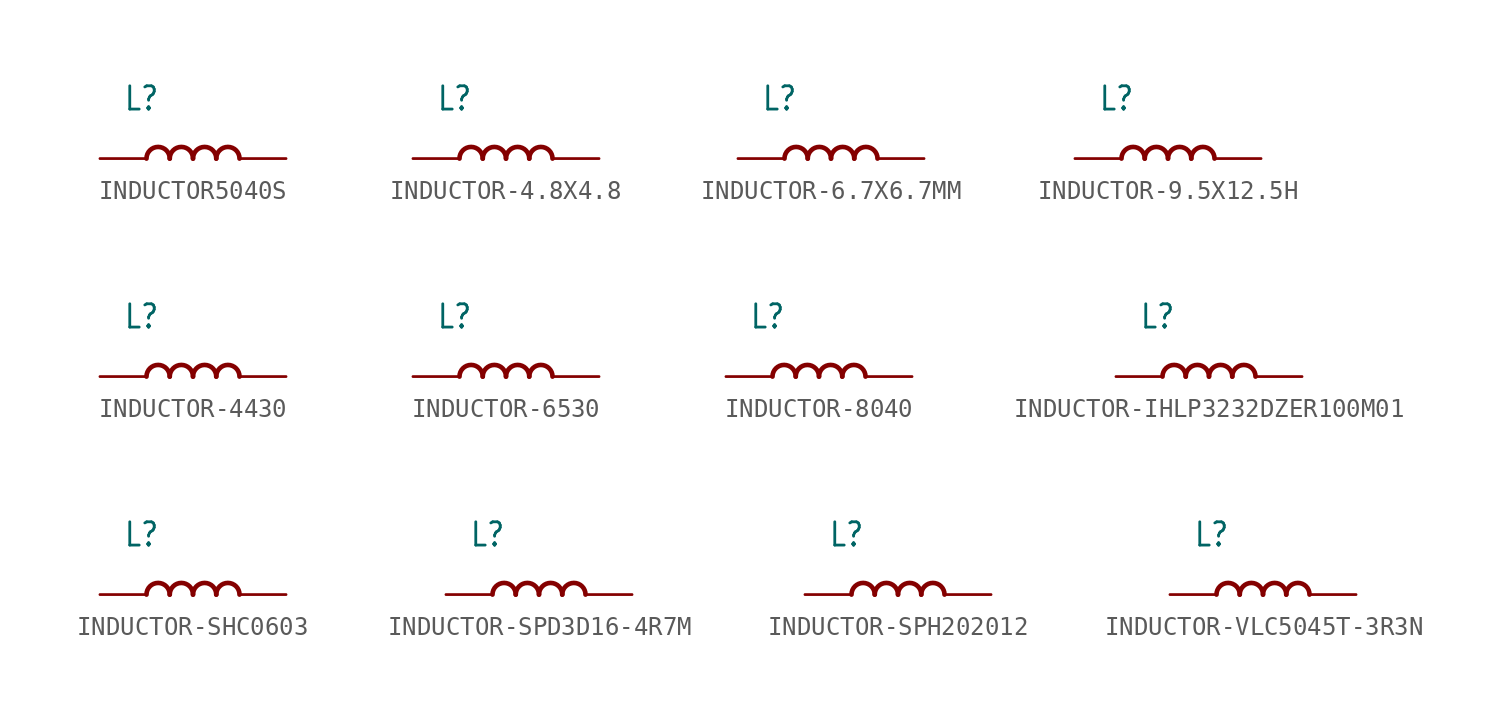
<source format=kicad_sym>
(kicad_symbol_lib
  (version 20231120)
  (generator "kicad_symbol_editor")
  (generator_version "8.0")
  (symbol "INDUCTOR5040S"
    (property "Reference" "L"
      (at -3.81 2.54 0)
      (effects (font (size 1.27 1.079)) (justify left bottom)))
    (property "Value" ""
      (at -3.81 1.27 0)
      (effects (font (size 1.27 1.079)) (justify left bottom)))
    (property "ki_locked" ""
      (at 0 0 0)
      (effects (font (size 1.27 1.27))))
    (symbol "INDUCTOR5040S_1_0"
      (arc (start -1.27 0) (mid -1.905 0.635) (end -2.54 0) (stroke (width 0.254) (type solid)) (fill (type none)))
      (arc (start 0 0) (mid -0.635 0.635) (end -1.27 0) (stroke (width 0.254) (type solid)) (fill (type none)))
      (arc (start 1.27 0) (mid 0.635 0.635) (end 0 0) (stroke (width 0.254) (type solid)) (fill (type none)))
      (arc (start 2.54 0) (mid 1.905 0.635) (end 1.27 0) (stroke (width 0.254) (type solid)) (fill (type none)))
      (pin passive line (at -5.08 0 0) (length 2.54) (name "1" (effects (font (size 0 0)))) (number "1" (effects (font (size 0 0)))))
      (pin passive line (at 5.08 0 180) (length 2.54) (name "2" (effects (font (size 0 0)))) (number "2" (effects (font (size 0 0)))))))
  (symbol "INDUCTOR-4.8X4.8"
    (property "Reference" "L"
      (at -3.81 2.54 0)
      (effects (font (size 1.27 1.079)) (justify left bottom)))
    (property "Value" ""
      (at -3.81 1.27 0)
      (effects (font (size 1.27 1.079)) (justify left bottom)))
    (property "ki_locked" ""
      (at 0 0 0)
      (effects (font (size 1.27 1.27))))
    (symbol "INDUCTOR-4.8X4.8_1_0"
      (arc (start -1.27 0) (mid -1.905 0.635) (end -2.54 0) (stroke (width 0.254) (type solid)) (fill (type none)))
      (arc (start 0 0) (mid -0.635 0.635) (end -1.27 0) (stroke (width 0.254) (type solid)) (fill (type none)))
      (arc (start 1.27 0) (mid 0.635 0.635) (end 0 0) (stroke (width 0.254) (type solid)) (fill (type none)))
      (arc (start 2.54 0) (mid 1.905 0.635) (end 1.27 0) (stroke (width 0.254) (type solid)) (fill (type none)))
      (pin passive line (at -5.08 0 0) (length 2.54) (name "1" (effects (font (size 0 0)))) (number "1" (effects (font (size 0 0)))))
      (pin passive line (at 5.08 0 180) (length 2.54) (name "2" (effects (font (size 0 0)))) (number "2" (effects (font (size 0 0)))))))
  (symbol "INDUCTOR-6.7X6.7MM"
    (property "Reference" "L"
      (at -3.81 2.54 0)
      (effects (font (size 1.27 1.079)) (justify left bottom)))
    (property "Value" ""
      (at -3.81 1.27 0)
      (effects (font (size 1.27 1.079)) (justify left bottom)))
    (property "ki_locked" ""
      (at 0 0 0)
      (effects (font (size 1.27 1.27))))
    (symbol "INDUCTOR-6.7X6.7MM_1_0"
      (arc (start -1.27 0) (mid -1.905 0.635) (end -2.54 0) (stroke (width 0.254) (type solid)) (fill (type none)))
      (arc (start 0 0) (mid -0.635 0.635) (end -1.27 0) (stroke (width 0.254) (type solid)) (fill (type none)))
      (arc (start 1.27 0) (mid 0.635 0.635) (end 0 0) (stroke (width 0.254) (type solid)) (fill (type none)))
      (arc (start 2.54 0) (mid 1.905 0.635) (end 1.27 0) (stroke (width 0.254) (type solid)) (fill (type none)))
      (pin passive line (at -5.08 0 0) (length 2.54) (name "1" (effects (font (size 0 0)))) (number "1" (effects (font (size 0 0)))))
      (pin passive line (at 5.08 0 180) (length 2.54) (name "2" (effects (font (size 0 0)))) (number "2" (effects (font (size 0 0)))))))
  (symbol "INDUCTOR-9.5X12.5H"
    (property "Reference" "L"
      (at -3.81 2.54 0)
      (effects (font (size 1.27 1.079)) (justify left bottom)))
    (property "Value" ""
      (at -3.81 1.27 0)
      (effects (font (size 1.27 1.079)) (justify left bottom)))
    (property "ki_locked" ""
      (at 0 0 0)
      (effects (font (size 1.27 1.27))))
    (symbol "INDUCTOR-9.5X12.5H_1_0"
      (arc (start -1.27 0) (mid -1.905 0.635) (end -2.54 0) (stroke (width 0.254) (type solid)) (fill (type none)))
      (arc (start 0 0) (mid -0.635 0.635) (end -1.27 0) (stroke (width 0.254) (type solid)) (fill (type none)))
      (arc (start 1.27 0) (mid 0.635 0.635) (end 0 0) (stroke (width 0.254) (type solid)) (fill (type none)))
      (arc (start 2.54 0) (mid 1.905 0.635) (end 1.27 0) (stroke (width 0.254) (type solid)) (fill (type none)))
      (pin passive line (at -5.08 0 0) (length 2.54) (name "1" (effects (font (size 0 0)))) (number "1" (effects (font (size 0 0)))))
      (pin passive line (at 5.08 0 180) (length 2.54) (name "2" (effects (font (size 0 0)))) (number "2" (effects (font (size 0 0)))))))
  (symbol "INDUCTOR-4430"
    (property "Reference" "L"
      (at -3.81 2.54 0)
      (effects (font (size 1.27 1.079)) (justify left bottom)))
    (property "Value" ""
      (at -3.81 1.27 0)
      (effects (font (size 1.27 1.079)) (justify left bottom)))
    (property "ki_locked" ""
      (at 0 0 0)
      (effects (font (size 1.27 1.27))))
    (symbol "INDUCTOR-4430_1_0"
      (arc (start -1.27 0) (mid -1.905 0.635) (end -2.54 0) (stroke (width 0.254) (type solid)) (fill (type none)))
      (arc (start 0 0) (mid -0.635 0.635) (end -1.27 0) (stroke (width 0.254) (type solid)) (fill (type none)))
      (arc (start 1.27 0) (mid 0.635 0.635) (end 0 0) (stroke (width 0.254) (type solid)) (fill (type none)))
      (arc (start 2.54 0) (mid 1.905 0.635) (end 1.27 0) (stroke (width 0.254) (type solid)) (fill (type none)))
      (pin passive line (at -5.08 0 0) (length 2.54) (name "1" (effects (font (size 0 0)))) (number "1" (effects (font (size 0 0)))))
      (pin passive line (at 5.08 0 180) (length 2.54) (name "2" (effects (font (size 0 0)))) (number "2" (effects (font (size 0 0)))))))
  (symbol "INDUCTOR-6530"
    (property "Reference" "L"
      (at -3.81 2.54 0)
      (effects (font (size 1.27 1.079)) (justify left bottom)))
    (property "Value" ""
      (at -3.81 1.27 0)
      (effects (font (size 1.27 1.079)) (justify left bottom)))
    (property "ki_locked" ""
      (at 0 0 0)
      (effects (font (size 1.27 1.27))))
    (symbol "INDUCTOR-6530_1_0"
      (arc (start -1.27 0) (mid -1.905 0.635) (end -2.54 0) (stroke (width 0.254) (type solid)) (fill (type none)))
      (arc (start 0 0) (mid -0.635 0.635) (end -1.27 0) (stroke (width 0.254) (type solid)) (fill (type none)))
      (arc (start 1.27 0) (mid 0.635 0.635) (end 0 0) (stroke (width 0.254) (type solid)) (fill (type none)))
      (arc (start 2.54 0) (mid 1.905 0.635) (end 1.27 0) (stroke (width 0.254) (type solid)) (fill (type none)))
      (pin passive line (at -5.08 0 0) (length 2.54) (name "1" (effects (font (size 0 0)))) (number "1" (effects (font (size 0 0)))))
      (pin passive line (at 5.08 0 180) (length 2.54) (name "2" (effects (font (size 0 0)))) (number "2" (effects (font (size 0 0)))))))
  (symbol "INDUCTOR-8040"
    (property "Reference" "L"
      (at -3.81 2.54 0)
      (effects (font (size 1.27 1.079)) (justify left bottom)))
    (property "Value" ""
      (at -3.81 1.27 0)
      (effects (font (size 1.27 1.079)) (justify left bottom)))
    (property "ki_locked" ""
      (at 0 0 0)
      (effects (font (size 1.27 1.27))))
    (symbol "INDUCTOR-8040_1_0"
      (arc (start -1.27 0) (mid -1.905 0.635) (end -2.54 0) (stroke (width 0.254) (type solid)) (fill (type none)))
      (arc (start 0 0) (mid -0.635 0.635) (end -1.27 0) (stroke (width 0.254) (type solid)) (fill (type none)))
      (arc (start 1.27 0) (mid 0.635 0.635) (end 0 0) (stroke (width 0.254) (type solid)) (fill (type none)))
      (arc (start 2.54 0) (mid 1.905 0.635) (end 1.27 0) (stroke (width 0.254) (type solid)) (fill (type none)))
      (pin passive line (at -5.08 0 0) (length 2.54) (name "1" (effects (font (size 0 0)))) (number "1" (effects (font (size 0 0)))))
      (pin passive line (at 5.08 0 180) (length 2.54) (name "2" (effects (font (size 0 0)))) (number "2" (effects (font (size 0 0)))))))
  (symbol "INDUCTOR-IHLP3232DZER100M01"
    (property "Reference" "L"
      (at -3.81 2.54 0)
      (effects (font (size 1.27 1.079)) (justify left bottom)))
    (property "Value" ""
      (at -3.81 1.27 0)
      (effects (font (size 1.27 1.079)) (justify left bottom)))
    (property "ki_locked" ""
      (at 0 0 0)
      (effects (font (size 1.27 1.27))))
    (symbol "INDUCTOR-IHLP3232DZER100M01_1_0"
      (arc (start -1.27 0) (mid -1.905 0.635) (end -2.54 0) (stroke (width 0.254) (type solid)) (fill (type none)))
      (arc (start 0 0) (mid -0.635 0.635) (end -1.27 0) (stroke (width 0.254) (type solid)) (fill (type none)))
      (arc (start 1.27 0) (mid 0.635 0.635) (end 0 0) (stroke (width 0.254) (type solid)) (fill (type none)))
      (arc (start 2.54 0) (mid 1.905 0.635) (end 1.27 0) (stroke (width 0.254) (type solid)) (fill (type none)))
      (pin passive line (at -5.08 0 0) (length 2.54) (name "1" (effects (font (size 0 0)))) (number "1" (effects (font (size 0 0)))))
      (pin passive line (at 5.08 0 180) (length 2.54) (name "2" (effects (font (size 0 0)))) (number "2" (effects (font (size 0 0)))))))
  (symbol "INDUCTOR-SHC0603"
    (property "Reference" "L"
      (at -3.81 2.54 0)
      (effects (font (size 1.27 1.079)) (justify left bottom)))
    (property "Value" ""
      (at -3.81 1.27 0)
      (effects (font (size 1.27 1.079)) (justify left bottom)))
    (property "ki_locked" ""
      (at 0 0 0)
      (effects (font (size 1.27 1.27))))
    (symbol "INDUCTOR-SHC0603_1_0"
      (arc (start -1.27 0) (mid -1.905 0.635) (end -2.54 0) (stroke (width 0.254) (type solid)) (fill (type none)))
      (arc (start 0 0) (mid -0.635 0.635) (end -1.27 0) (stroke (width 0.254) (type solid)) (fill (type none)))
      (arc (start 1.27 0) (mid 0.635 0.635) (end 0 0) (stroke (width 0.254) (type solid)) (fill (type none)))
      (arc (start 2.54 0) (mid 1.905 0.635) (end 1.27 0) (stroke (width 0.254) (type solid)) (fill (type none)))
      (pin passive line (at -5.08 0 0) (length 2.54) (name "1" (effects (font (size 0 0)))) (number "1" (effects (font (size 0 0)))))
      (pin passive line (at 5.08 0 180) (length 2.54) (name "2" (effects (font (size 0 0)))) (number "2" (effects (font (size 0 0)))))))
  (symbol "INDUCTOR-SPD3D16-4R7M"
    (property "Reference" "L"
      (at -3.81 2.54 0)
      (effects (font (size 1.27 1.079)) (justify left bottom)))
    (property "Value" ""
      (at -3.81 1.27 0)
      (effects (font (size 1.27 1.079)) (justify left bottom)))
    (property "ki_locked" ""
      (at 0 0 0)
      (effects (font (size 1.27 1.27))))
    (symbol "INDUCTOR-SPD3D16-4R7M_1_0"
      (arc (start -1.27 0) (mid -1.905 0.635) (end -2.54 0) (stroke (width 0.254) (type solid)) (fill (type none)))
      (arc (start 0 0) (mid -0.635 0.635) (end -1.27 0) (stroke (width 0.254) (type solid)) (fill (type none)))
      (arc (start 1.27 0) (mid 0.635 0.635) (end 0 0) (stroke (width 0.254) (type solid)) (fill (type none)))
      (arc (start 2.54 0) (mid 1.905 0.635) (end 1.27 0) (stroke (width 0.254) (type solid)) (fill (type none)))
      (pin passive line (at -5.08 0 0) (length 2.54) (name "1" (effects (font (size 0 0)))) (number "1" (effects (font (size 0 0)))))
      (pin passive line (at 5.08 0 180) (length 2.54) (name "2" (effects (font (size 0 0)))) (number "2" (effects (font (size 0 0)))))))
  (symbol "INDUCTOR-SPH202012"
    (property "Reference" "L"
      (at -3.81 2.54 0)
      (effects (font (size 1.27 1.079)) (justify left bottom)))
    (property "Value" ""
      (at -3.81 1.27 0)
      (effects (font (size 1.27 1.079)) (justify left bottom)))
    (property "ki_locked" ""
      (at 0 0 0)
      (effects (font (size 1.27 1.27))))
    (symbol "INDUCTOR-SPH202012_1_0"
      (arc (start -1.27 0) (mid -1.905 0.635) (end -2.54 0) (stroke (width 0.254) (type solid)) (fill (type none)))
      (arc (start 0 0) (mid -0.635 0.635) (end -1.27 0) (stroke (width 0.254) (type solid)) (fill (type none)))
      (arc (start 1.27 0) (mid 0.635 0.635) (end 0 0) (stroke (width 0.254) (type solid)) (fill (type none)))
      (arc (start 2.54 0) (mid 1.905 0.635) (end 1.27 0) (stroke (width 0.254) (type solid)) (fill (type none)))
      (pin passive line (at -5.08 0 0) (length 2.54) (name "1" (effects (font (size 0 0)))) (number "1" (effects (font (size 0 0)))))
      (pin passive line (at 5.08 0 180) (length 2.54) (name "2" (effects (font (size 0 0)))) (number "2" (effects (font (size 0 0)))))))
  (symbol "INDUCTOR-VLC5045T-3R3N"
    (property "Reference" "L"
      (at -3.81 2.54 0)
      (effects (font (size 1.27 1.079)) (justify left bottom)))
    (property "Value" ""
      (at -3.81 1.27 0)
      (effects (font (size 1.27 1.079)) (justify left bottom)))
    (property "ki_locked" ""
      (at 0 0 0)
      (effects (font (size 1.27 1.27))))
    (symbol "INDUCTOR-VLC5045T-3R3N_1_0"
      (arc (start -1.27 0) (mid -1.905 0.635) (end -2.54 0) (stroke (width 0.254) (type solid)) (fill (type none)))
      (arc (start 0 0) (mid -0.635 0.635) (end -1.27 0) (stroke (width 0.254) (type solid)) (fill (type none)))
      (arc (start 1.27 0) (mid 0.635 0.635) (end 0 0) (stroke (width 0.254) (type solid)) (fill (type none)))
      (arc (start 2.54 0) (mid 1.905 0.635) (end 1.27 0) (stroke (width 0.254) (type solid)) (fill (type none)))
      (pin passive line (at -5.08 0 0) (length 2.54) (name "1" (effects (font (size 0 0)))) (number "1" (effects (font (size 0 0)))))
      (pin passive line (at 5.08 0 180) (length 2.54) (name "2" (effects (font (size 0 0)))) (number "2" (effects (font (size 0 0))))))))
</source>
